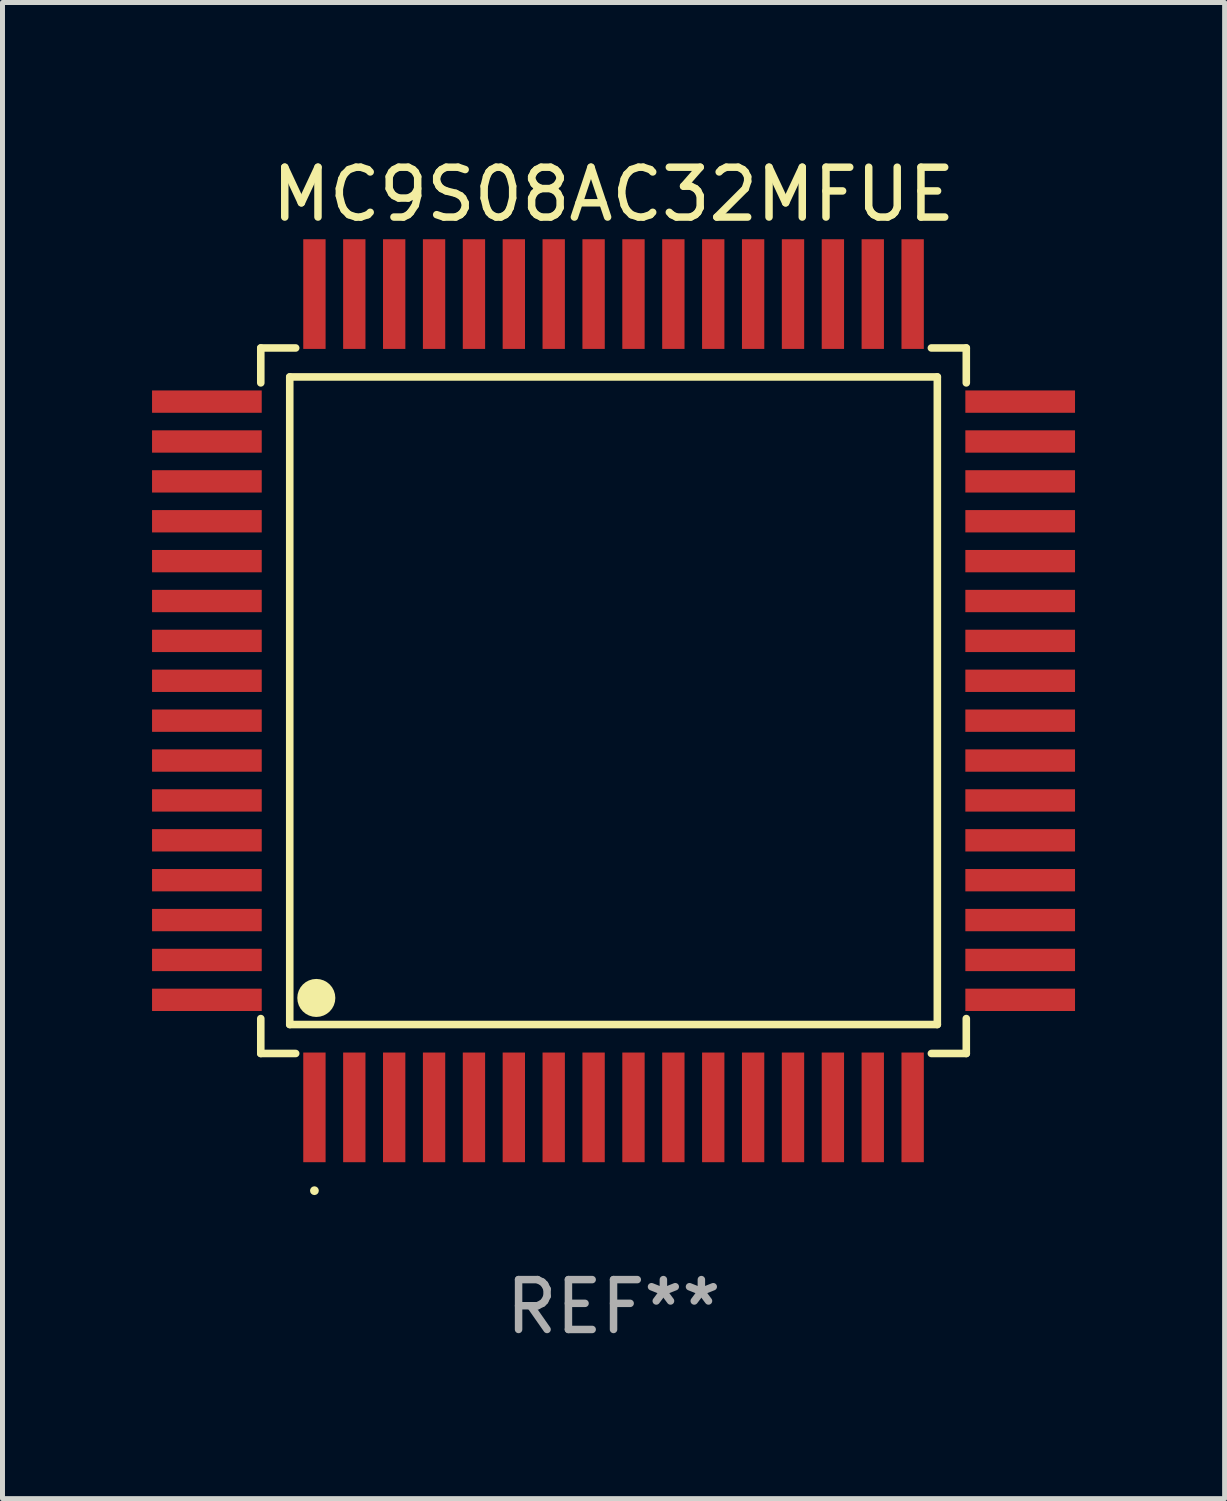
<source format=kicad_pcb>
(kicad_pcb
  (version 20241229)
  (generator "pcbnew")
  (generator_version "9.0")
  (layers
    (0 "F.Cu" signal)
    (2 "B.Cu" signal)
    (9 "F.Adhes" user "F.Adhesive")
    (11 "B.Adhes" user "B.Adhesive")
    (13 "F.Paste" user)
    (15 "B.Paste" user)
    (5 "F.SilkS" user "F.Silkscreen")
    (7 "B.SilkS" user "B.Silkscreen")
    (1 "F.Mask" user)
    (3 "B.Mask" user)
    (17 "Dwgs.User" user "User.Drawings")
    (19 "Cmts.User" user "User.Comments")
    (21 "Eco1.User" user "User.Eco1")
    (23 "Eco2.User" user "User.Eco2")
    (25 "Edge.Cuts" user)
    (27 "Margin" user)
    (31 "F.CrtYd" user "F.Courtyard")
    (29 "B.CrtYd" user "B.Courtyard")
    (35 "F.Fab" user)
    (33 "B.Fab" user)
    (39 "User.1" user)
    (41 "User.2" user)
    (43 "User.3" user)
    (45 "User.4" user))
  (footprint "MC9S08AC32MFUE"
    (layer "F.Cu")
    (at 9.257 11.006)
    (property "Reference" "MC9S08AC32MFUE" (at 0 -10.157 0) (layer "F.SilkS") (effects (font (size 1 1) (thickness 0.15))))
    (attr through_hole)
    (fp_line (start -7.076 -7.076) (end -7.076 -6.376) (stroke (width 0.152) (type solid)) (layer "F.SilkS"))
    (fp_line (start -7.076 7.076) (end -7.076 6.376) (stroke (width 0.152) (type solid)) (layer "F.SilkS"))
    (fp_line (start -6.495 -6.495) (end 6.495 -6.495) (stroke (width 0.152) (type solid)) (layer "F.SilkS"))
    (fp_line (start -6.495 6.495) (end -6.495 -6.495) (stroke (width 0.152) (type solid)) (layer "F.SilkS"))
    (fp_line (start -6.376 -7.076) (end -7.076 -7.076) (stroke (width 0.152) (type solid)) (layer "F.SilkS"))
    (fp_line (start -6.376 7.076) (end -7.076 7.076) (stroke (width 0.152) (type solid)) (layer "F.SilkS"))
    (fp_line (start 6.376 -7.076) (end 7.076 -7.076) (stroke (width 0.152) (type solid)) (layer "F.SilkS"))
    (fp_line (start 6.376 7.076) (end 7.076 7.076) (stroke (width 0.152) (type solid)) (layer "F.SilkS"))
    (fp_line (start 6.495 -6.495) (end 6.495 6.495) (stroke (width 0.152) (type solid)) (layer "F.SilkS"))
    (fp_line (start 6.495 6.495) (end -6.495 6.495) (stroke (width 0.152) (type solid)) (layer "F.SilkS"))
    (fp_line (start 7.076 -7.076) (end 7.076 -6.376) (stroke (width 0.152) (type solid)) (layer "F.SilkS"))
    (fp_line (start 7.076 7.076) (end 7.076 6.376) (stroke (width 0.152) (type solid)) (layer "F.SilkS"))
    (fp_circle (center -6 9.828) (end -5.956 9.828) (stroke (width 0.088) (type solid)) (fill no) (layer "F.SilkS"))
    (fp_circle (center -5.962 5.962) (end -5.771 5.962) (stroke (width 0.381) (type solid)) (fill no) (layer "F.SilkS"))
    (fp_text user "REF**" (at 0 12.157 0) (layer "F.Fab") (effects (font (size 1 1) (thickness 0.15))))
    (pad "1" smd rect (at -6 8.157 90) (size 2.2 0.448) (layers "F.Cu" "F.Mask" "F.Paste"))
    (pad "2" smd rect (at -5.2 8.157 90) (size 2.2 0.448) (layers "F.Cu" "F.Mask" "F.Paste"))
    (pad "3" smd rect (at -4.4 8.157 90) (size 2.2 0.448) (layers "F.Cu" "F.Mask" "F.Paste"))
    (pad "4" smd rect (at -3.6 8.157 90) (size 2.2 0.448) (layers "F.Cu" "F.Mask" "F.Paste"))
    (pad "5" smd rect (at -2.8 8.157 90) (size 2.2 0.448) (layers "F.Cu" "F.Mask" "F.Paste"))
    (pad "6" smd rect (at -2 8.157 90) (size 2.2 0.448) (layers "F.Cu" "F.Mask" "F.Paste"))
    (pad "7" smd rect (at -1.2 8.157 90) (size 2.2 0.448) (layers "F.Cu" "F.Mask" "F.Paste"))
    (pad "8" smd rect (at -0.4 8.157 90) (size 2.2 0.448) (layers "F.Cu" "F.Mask" "F.Paste"))
    (pad "9" smd rect (at 0.4 8.157 90) (size 2.2 0.448) (layers "F.Cu" "F.Mask" "F.Paste"))
    (pad "10" smd rect (at 1.2 8.157 90) (size 2.2 0.448) (layers "F.Cu" "F.Mask" "F.Paste"))
    (pad "11" smd rect (at 2 8.157 90) (size 2.2 0.448) (layers "F.Cu" "F.Mask" "F.Paste"))
    (pad "12" smd rect (at 2.8 8.157 90) (size 2.2 0.448) (layers "F.Cu" "F.Mask" "F.Paste"))
    (pad "13" smd rect (at 3.6 8.157 90) (size 2.2 0.448) (layers "F.Cu" "F.Mask" "F.Paste"))
    (pad "14" smd rect (at 4.4 8.157 90) (size 2.2 0.448) (layers "F.Cu" "F.Mask" "F.Paste"))
    (pad "15" smd rect (at 5.2 8.157 90) (size 2.2 0.448) (layers "F.Cu" "F.Mask" "F.Paste"))
    (pad "16" smd rect (at 6 8.157 90) (size 2.2 0.448) (layers "F.Cu" "F.Mask" "F.Paste"))
    (pad "17" smd rect (at 8.157 6 90) (size 0.448 2.2) (layers "F.Cu" "F.Mask" "F.Paste"))
    (pad "18" smd rect (at 8.157 5.2 90) (size 0.448 2.2) (layers "F.Cu" "F.Mask" "F.Paste"))
    (pad "19" smd rect (at 8.157 4.4 90) (size 0.448 2.2) (layers "F.Cu" "F.Mask" "F.Paste"))
    (pad "20" smd rect (at 8.157 3.6 90) (size 0.448 2.2) (layers "F.Cu" "F.Mask" "F.Paste"))
    (pad "21" smd rect (at 8.157 2.8 90) (size 0.448 2.2) (layers "F.Cu" "F.Mask" "F.Paste"))
    (pad "22" smd rect (at 8.157 2 90) (size 0.448 2.2) (layers "F.Cu" "F.Mask" "F.Paste"))
    (pad "23" smd rect (at 8.157 1.2 90) (size 0.448 2.2) (layers "F.Cu" "F.Mask" "F.Paste"))
    (pad "24" smd rect (at 8.157 0.4 90) (size 0.448 2.2) (layers "F.Cu" "F.Mask" "F.Paste"))
    (pad "25" smd rect (at 8.157 -0.4 90) (size 0.448 2.2) (layers "F.Cu" "F.Mask" "F.Paste"))
    (pad "26" smd rect (at 8.157 -1.2 90) (size 0.448 2.2) (layers "F.Cu" "F.Mask" "F.Paste"))
    (pad "27" smd rect (at 8.157 -2 90) (size 0.448 2.2) (layers "F.Cu" "F.Mask" "F.Paste"))
    (pad "28" smd rect (at 8.157 -2.8 90) (size 0.448 2.2) (layers "F.Cu" "F.Mask" "F.Paste"))
    (pad "29" smd rect (at 8.157 -3.6 90) (size 0.448 2.2) (layers "F.Cu" "F.Mask" "F.Paste"))
    (pad "30" smd rect (at 8.157 -4.4 90) (size 0.448 2.2) (layers "F.Cu" "F.Mask" "F.Paste"))
    (pad "31" smd rect (at 8.157 -5.2 90) (size 0.448 2.2) (layers "F.Cu" "F.Mask" "F.Paste"))
    (pad "32" smd rect (at 8.157 -6 90) (size 0.448 2.2) (layers "F.Cu" "F.Mask" "F.Paste"))
    (pad "33" smd rect (at 6 -8.157 90) (size 2.2 0.448) (layers "F.Cu" "F.Mask" "F.Paste"))
    (pad "34" smd rect (at 5.2 -8.157 90) (size 2.2 0.448) (layers "F.Cu" "F.Mask" "F.Paste"))
    (pad "35" smd rect (at 4.4 -8.157 90) (size 2.2 0.448) (layers "F.Cu" "F.Mask" "F.Paste"))
    (pad "36" smd rect (at 3.6 -8.157 90) (size 2.2 0.448) (layers "F.Cu" "F.Mask" "F.Paste"))
    (pad "37" smd rect (at 2.8 -8.157 90) (size 2.2 0.448) (layers "F.Cu" "F.Mask" "F.Paste"))
    (pad "38" smd rect (at 2 -8.157 90) (size 2.2 0.448) (layers "F.Cu" "F.Mask" "F.Paste"))
    (pad "39" smd rect (at 1.2 -8.157 90) (size 2.2 0.448) (layers "F.Cu" "F.Mask" "F.Paste"))
    (pad "40" smd rect (at 0.4 -8.157 90) (size 2.2 0.448) (layers "F.Cu" "F.Mask" "F.Paste"))
    (pad "41" smd rect (at -0.4 -8.157 90) (size 2.2 0.448) (layers "F.Cu" "F.Mask" "F.Paste"))
    (pad "42" smd rect (at -1.2 -8.157 90) (size 2.2 0.448) (layers "F.Cu" "F.Mask" "F.Paste"))
    (pad "43" smd rect (at -2 -8.157 90) (size 2.2 0.448) (layers "F.Cu" "F.Mask" "F.Paste"))
    (pad "44" smd rect (at -2.8 -8.157 90) (size 2.2 0.448) (layers "F.Cu" "F.Mask" "F.Paste"))
    (pad "45" smd rect (at -3.6 -8.157 90) (size 2.2 0.448) (layers "F.Cu" "F.Mask" "F.Paste"))
    (pad "46" smd rect (at -4.4 -8.157 90) (size 2.2 0.448) (layers "F.Cu" "F.Mask" "F.Paste"))
    (pad "47" smd rect (at -5.2 -8.157 90) (size 2.2 0.448) (layers "F.Cu" "F.Mask" "F.Paste"))
    (pad "48" smd rect (at -6 -8.157 90) (size 2.2 0.448) (layers "F.Cu" "F.Mask" "F.Paste"))
    (pad "49" smd rect (at -8.157 -6 90) (size 0.448 2.2) (layers "F.Cu" "F.Mask" "F.Paste"))
    (pad "50" smd rect (at -8.157 -5.2 90) (size 0.448 2.2) (layers "F.Cu" "F.Mask" "F.Paste"))
    (pad "51" smd rect (at -8.157 -4.4 90) (size 0.448 2.2) (layers "F.Cu" "F.Mask" "F.Paste"))
    (pad "52" smd rect (at -8.157 -3.6 90) (size 0.448 2.2) (layers "F.Cu" "F.Mask" "F.Paste"))
    (pad "53" smd rect (at -8.157 -2.8 90) (size 0.448 2.2) (layers "F.Cu" "F.Mask" "F.Paste"))
    (pad "54" smd rect (at -8.157 -2 90) (size 0.448 2.2) (layers "F.Cu" "F.Mask" "F.Paste"))
    (pad "55" smd rect (at -8.157 -1.2 90) (size 0.448 2.2) (layers "F.Cu" "F.Mask" "F.Paste"))
    (pad "56" smd rect (at -8.157 -0.4 90) (size 0.448 2.2) (layers "F.Cu" "F.Mask" "F.Paste"))
    (pad "57" smd rect (at -8.157 0.4 90) (size 0.448 2.2) (layers "F.Cu" "F.Mask" "F.Paste"))
    (pad "58" smd rect (at -8.157 1.2 90) (size 0.448 2.2) (layers "F.Cu" "F.Mask" "F.Paste"))
    (pad "59" smd rect (at -8.157 2 90) (size 0.448 2.2) (layers "F.Cu" "F.Mask" "F.Paste"))
    (pad "60" smd rect (at -8.157 2.8 90) (size 0.448 2.2) (layers "F.Cu" "F.Mask" "F.Paste"))
    (pad "61" smd rect (at -8.157 3.6 90) (size 0.448 2.2) (layers "F.Cu" "F.Mask" "F.Paste"))
    (pad "62" smd rect (at -8.157 4.4 90) (size 0.448 2.2) (layers "F.Cu" "F.Mask" "F.Paste"))
    (pad "63" smd rect (at -8.157 5.2 90) (size 0.448 2.2) (layers "F.Cu" "F.Mask" "F.Paste"))
    (pad "64" smd rect (at -8.157 6 90) (size 0.448 2.2) (layers "F.Cu" "F.Mask" "F.Paste")))
  (gr_rect
    (start -3 -3)
    (end 21.515 27.011)
    (stroke (width 0.1) (type default))
    (fill no)
    (layer "Edge.Cuts")))
</source>
